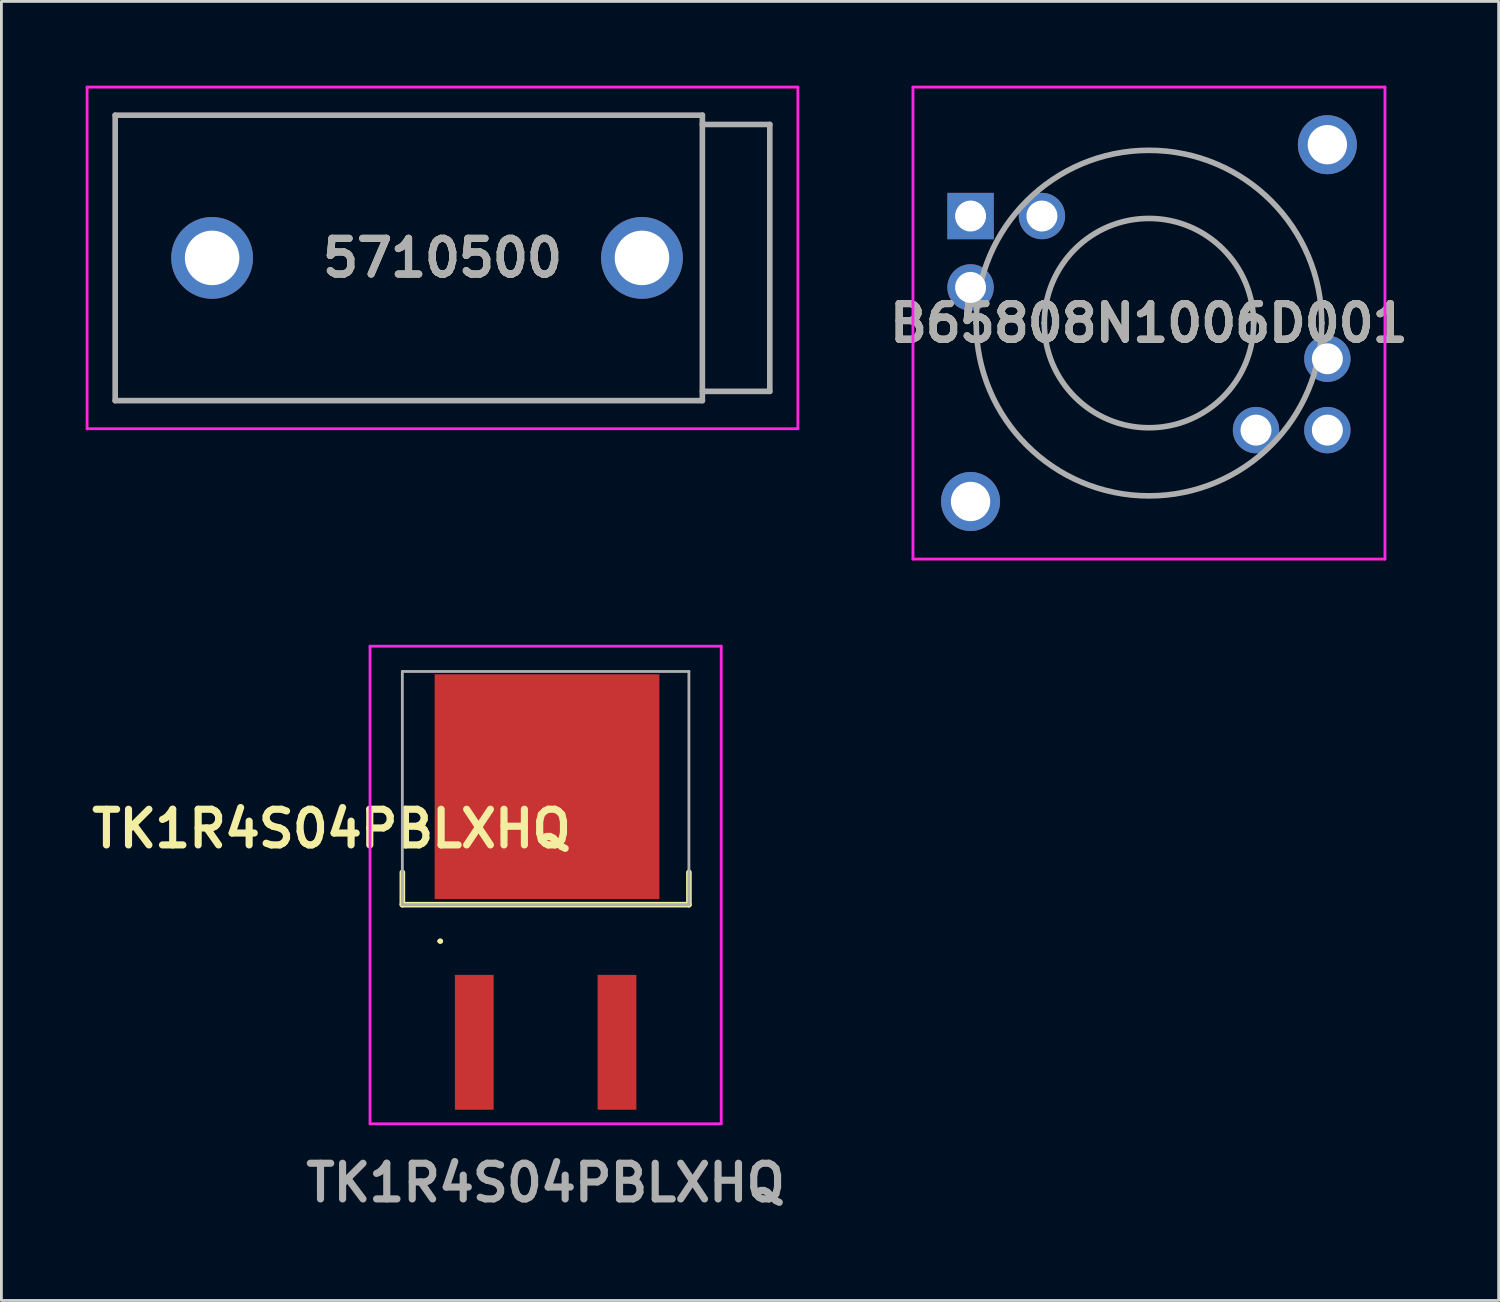
<source format=kicad_pcb>
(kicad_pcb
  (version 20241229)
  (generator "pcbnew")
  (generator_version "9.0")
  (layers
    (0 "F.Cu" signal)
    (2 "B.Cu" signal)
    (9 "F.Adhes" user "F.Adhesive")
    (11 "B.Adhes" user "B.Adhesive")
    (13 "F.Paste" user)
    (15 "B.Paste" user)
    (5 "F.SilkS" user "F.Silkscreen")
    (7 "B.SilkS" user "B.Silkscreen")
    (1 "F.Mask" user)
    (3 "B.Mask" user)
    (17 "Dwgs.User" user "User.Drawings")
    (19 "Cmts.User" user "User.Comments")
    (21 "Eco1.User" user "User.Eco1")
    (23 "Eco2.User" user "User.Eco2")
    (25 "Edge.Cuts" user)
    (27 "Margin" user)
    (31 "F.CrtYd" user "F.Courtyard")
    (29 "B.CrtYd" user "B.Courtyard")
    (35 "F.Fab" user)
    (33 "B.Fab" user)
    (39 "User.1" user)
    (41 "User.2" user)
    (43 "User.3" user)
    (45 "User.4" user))
  (footprint "B65808N1006D001"
    (layer "F.Cu")
    (at 31.496 4.64)
    (property "Reference" "B65808N1006D001" (at 6.35 3.81 0) (layer "F.SilkS") (effects (font (size 1.27 1.27) (thickness 0.254))))
    (attr through_hole)
    (fp_line (start 2.625 3.81) (end 2.625 3.81) (stroke (width 0.1) (type solid)) (layer "F.SilkS"))
    (fp_line (start 10.075 3.81) (end 10.075 3.81) (stroke (width 0.1) (type solid)) (layer "F.SilkS"))
    (fp_arc (start 2.625 3.81) (mid 6.35 0.085) (end 10.075 3.81) (stroke (width 0.1) (type solid)) (layer "F.SilkS"))
    (fp_arc (start 10.075 3.81) (mid 6.35 7.535) (end 2.625 3.81) (stroke (width 0.1) (type solid)) (layer "F.SilkS"))
    (fp_line (start -2.05 -4.59) (end 14.75 -4.59) (stroke (width 0.1) (type solid)) (layer "F.CrtYd"))
    (fp_line (start -2.05 12.21) (end -2.05 -4.59) (stroke (width 0.1) (type solid)) (layer "F.CrtYd"))
    (fp_line (start 14.75 -4.59) (end 14.75 12.21) (stroke (width 0.1) (type solid)) (layer "F.CrtYd"))
    (fp_line (start 14.75 12.21) (end -2.05 12.21) (stroke (width 0.1) (type solid)) (layer "F.CrtYd"))
    (fp_line (start 0.2 3.81) (end 0.2 3.81) (stroke (width 0.2) (type solid)) (layer "F.Fab"))
    (fp_line (start 2.625 3.81) (end 2.625 3.81) (stroke (width 0.2) (type solid)) (layer "F.Fab"))
    (fp_line (start 10.075 3.81) (end 10.075 3.81) (stroke (width 0.2) (type solid)) (layer "F.Fab"))
    (fp_line (start 12.5 3.81) (end 12.5 3.81) (stroke (width 0.2) (type solid)) (layer "F.Fab"))
    (fp_arc (start 0.2 3.81) (mid 6.35 -2.34) (end 12.5 3.81) (stroke (width 0.2) (type solid)) (layer "F.Fab"))
    (fp_arc (start 2.625 3.81) (mid 6.35 0.085) (end 10.075 3.81) (stroke (width 0.2) (type solid)) (layer "F.Fab"))
    (fp_arc (start 10.075 3.81) (mid 6.35 7.535) (end 2.625 3.81) (stroke (width 0.2) (type solid)) (layer "F.Fab"))
    (fp_arc (start 12.5 3.81) (mid 6.35 9.96) (end 0.2 3.81) (stroke (width 0.2) (type solid)) (layer "F.Fab"))
    (fp_text user "${REFERENCE}" (at 6.35 3.81 0) (layer "F.Fab") (effects (font (size 1.27 1.27) (thickness 0.254))))
    (pad "1" thru_hole rect (at 0 0) (size 1.65 1.65) (drill 1.1) (layers "*.Cu" "*.Mask"))
    (pad "2" thru_hole circle (at 0 2.54) (size 1.65 1.65) (drill 1.1) (layers "*.Cu" "*.Mask"))
    (pad "3" thru_hole circle (at 10.16 7.62) (size 1.65 1.65) (drill 1.1) (layers "*.Cu" "*.Mask"))
    (pad "4" thru_hole circle (at 12.7 7.62) (size 1.65 1.65) (drill 1.1) (layers "*.Cu" "*.Mask"))
    (pad "5" thru_hole circle (at 12.7 5.08) (size 1.65 1.65) (drill 1.1) (layers "*.Cu" "*.Mask"))
    (pad "6" thru_hole circle (at 2.54 0) (size 1.65 1.65) (drill 1.1) (layers "*.Cu" "*.Mask"))
    (pad "G1" thru_hole circle (at 0 10.16) (size 2.1 2.1) (drill 1.4) (layers "*.Cu" "*.Mask"))
    (pad "G2" thru_hole circle (at 12.7 -2.54) (size 2.1 2.1) (drill 1.4) (layers "*.Cu" "*.Mask")))
  (footprint "5710500"
    (layer "F.Cu")
    (at 4.5 6.13)
    (property "Reference" "5710500" (at 8.2 0 0) (layer "F.SilkS") (effects (font (size 1.27 1.27) (thickness 0.254))))
    (attr through_hole)
    (fp_line (start -3.45 -5.08) (end 17.45 -5.08) (stroke (width 0.1) (type solid)) (layer "F.SilkS"))
    (fp_line (start -3.45 5.08) (end -3.45 -5.08) (stroke (width 0.1) (type solid)) (layer "F.SilkS"))
    (fp_line (start 17.45 -5.08) (end 17.45 5.08) (stroke (width 0.1) (type solid)) (layer "F.SilkS"))
    (fp_line (start 17.45 5.08) (end -3.45 5.08) (stroke (width 0.1) (type solid)) (layer "F.SilkS"))
    (fp_line (start -4.45 -6.08) (end 20.85 -6.08) (stroke (width 0.1) (type solid)) (layer "F.CrtYd"))
    (fp_line (start -4.45 6.08) (end -4.45 -6.08) (stroke (width 0.1) (type solid)) (layer "F.CrtYd"))
    (fp_line (start 20.85 -6.08) (end 20.85 6.08) (stroke (width 0.1) (type solid)) (layer "F.CrtYd"))
    (fp_line (start 20.85 6.08) (end -4.45 6.08) (stroke (width 0.1) (type solid)) (layer "F.CrtYd"))
    (fp_line (start -3.45 -5.08) (end 17.45 -5.08) (stroke (width 0.2) (type solid)) (layer "F.Fab"))
    (fp_line (start -3.45 5.08) (end -3.45 -5.08) (stroke (width 0.2) (type solid)) (layer "F.Fab"))
    (fp_line (start 17.45 -5.08) (end 17.45 5.08) (stroke (width 0.2) (type solid)) (layer "F.Fab"))
    (fp_line (start 17.45 -4.75) (end 19.85 -4.75) (stroke (width 0.2) (type solid)) (layer "F.Fab"))
    (fp_line (start 17.45 5.08) (end -3.45 5.08) (stroke (width 0.2) (type solid)) (layer "F.Fab"))
    (fp_line (start 19.85 -4.75) (end 19.85 4.75) (stroke (width 0.2) (type solid)) (layer "F.Fab"))
    (fp_line (start 19.85 4.75) (end 17.45 4.75) (stroke (width 0.2) (type solid)) (layer "F.Fab"))
    (fp_text user "${REFERENCE}" (at 8.2 0 0) (layer "F.Fab") (effects (font (size 1.27 1.27) (thickness 0.254))))
    (pad "1" thru_hole circle (at 0 0) (size 2.91 2.91) (drill 1.94) (layers "*.Cu" "*.Mask"))
    (pad "2" thru_hole circle (at 15.3 0) (size 2.91 2.91) (drill 1.94) (layers "*.Cu" "*.Mask")))
  (footprint "TK1R4S04PBLXHQ"
    (layer "F.Cu")
    (at 16.371 26.65)
    (property "Reference" "TK1R4S04PBLXHQ" (at -7.62 -0.2 0) (layer "F.SilkS") (effects (font (size 1.27 1.27) (thickness 0.254))))
    (attr smd)
    (fp_line (start -5.1 2.5) (end -5.1 1.35) (stroke (width 0.2) (type solid)) (layer "F.SilkS"))
    (fp_line (start -5.1 2.5) (end 5.1 2.5) (stroke (width 0.2) (type solid)) (layer "F.SilkS"))
    (fp_line (start -3.8 3.8) (end -3.8 3.8) (stroke (width 0.1) (type solid)) (layer "F.SilkS"))
    (fp_line (start -3.7 3.8) (end -3.7 3.8) (stroke (width 0.1) (type solid)) (layer "F.SilkS"))
    (fp_line (start 5.1 2.5) (end 5.1 1.35) (stroke (width 0.2) (type solid)) (layer "F.SilkS"))
    (fp_arc (start -3.8 3.8) (mid -3.75 3.75) (end -3.7 3.8) (stroke (width 0.1) (type solid)) (layer "F.SilkS"))
    (fp_arc (start -3.7 3.8) (mid -3.75 3.85) (end -3.8 3.8) (stroke (width 0.1) (type solid)) (layer "F.SilkS"))
    (fp_line (start -6.25 -6.7) (end 6.25 -6.7) (stroke (width 0.1) (type solid)) (layer "F.CrtYd"))
    (fp_line (start -6.25 10.3) (end -6.25 -6.7) (stroke (width 0.1) (type solid)) (layer "F.CrtYd"))
    (fp_line (start 6.25 -6.7) (end 6.25 10.3) (stroke (width 0.1) (type solid)) (layer "F.CrtYd"))
    (fp_line (start 6.25 10.3) (end -6.25 10.3) (stroke (width 0.1) (type solid)) (layer "F.CrtYd"))
    (fp_line (start -5.1 -5.8) (end 5.1 -5.8) (stroke (width 0.1) (type solid)) (layer "F.Fab"))
    (fp_line (start -5.1 2.5) (end -5.1 -5.8) (stroke (width 0.1) (type solid)) (layer "F.Fab"))
    (fp_line (start 5.1 -5.8) (end 5.1 2.5) (stroke (width 0.1) (type solid)) (layer "F.Fab"))
    (fp_line (start 5.1 2.5) (end -5.1 2.5) (stroke (width 0.1) (type solid)) (layer "F.Fab"))
    (fp_text user "${REFERENCE}" (at 0 12.4 0) (layer "F.Fab") (effects (font (size 1.27 1.27) (thickness 0.254))))
    (pad "1" smd rect (at -2.54 7.4) (size 1.38 4.8) (layers "F.Cu" "F.Mask" "F.Paste"))
    (pad "2" smd rect (at 0.05 -1.7 90) (size 8 8) (layers "F.Cu" "F.Mask" "F.Paste"))
    (pad "3" smd rect (at 2.54 7.4) (size 1.38 4.8) (layers "F.Cu" "F.Mask" "F.Paste")))
  (gr_rect
    (start -3 -3)
    (end 50.293 43.239)
    (stroke (width 0.1) (type default))
    (fill no)
    (layer "Edge.Cuts")))
</source>
